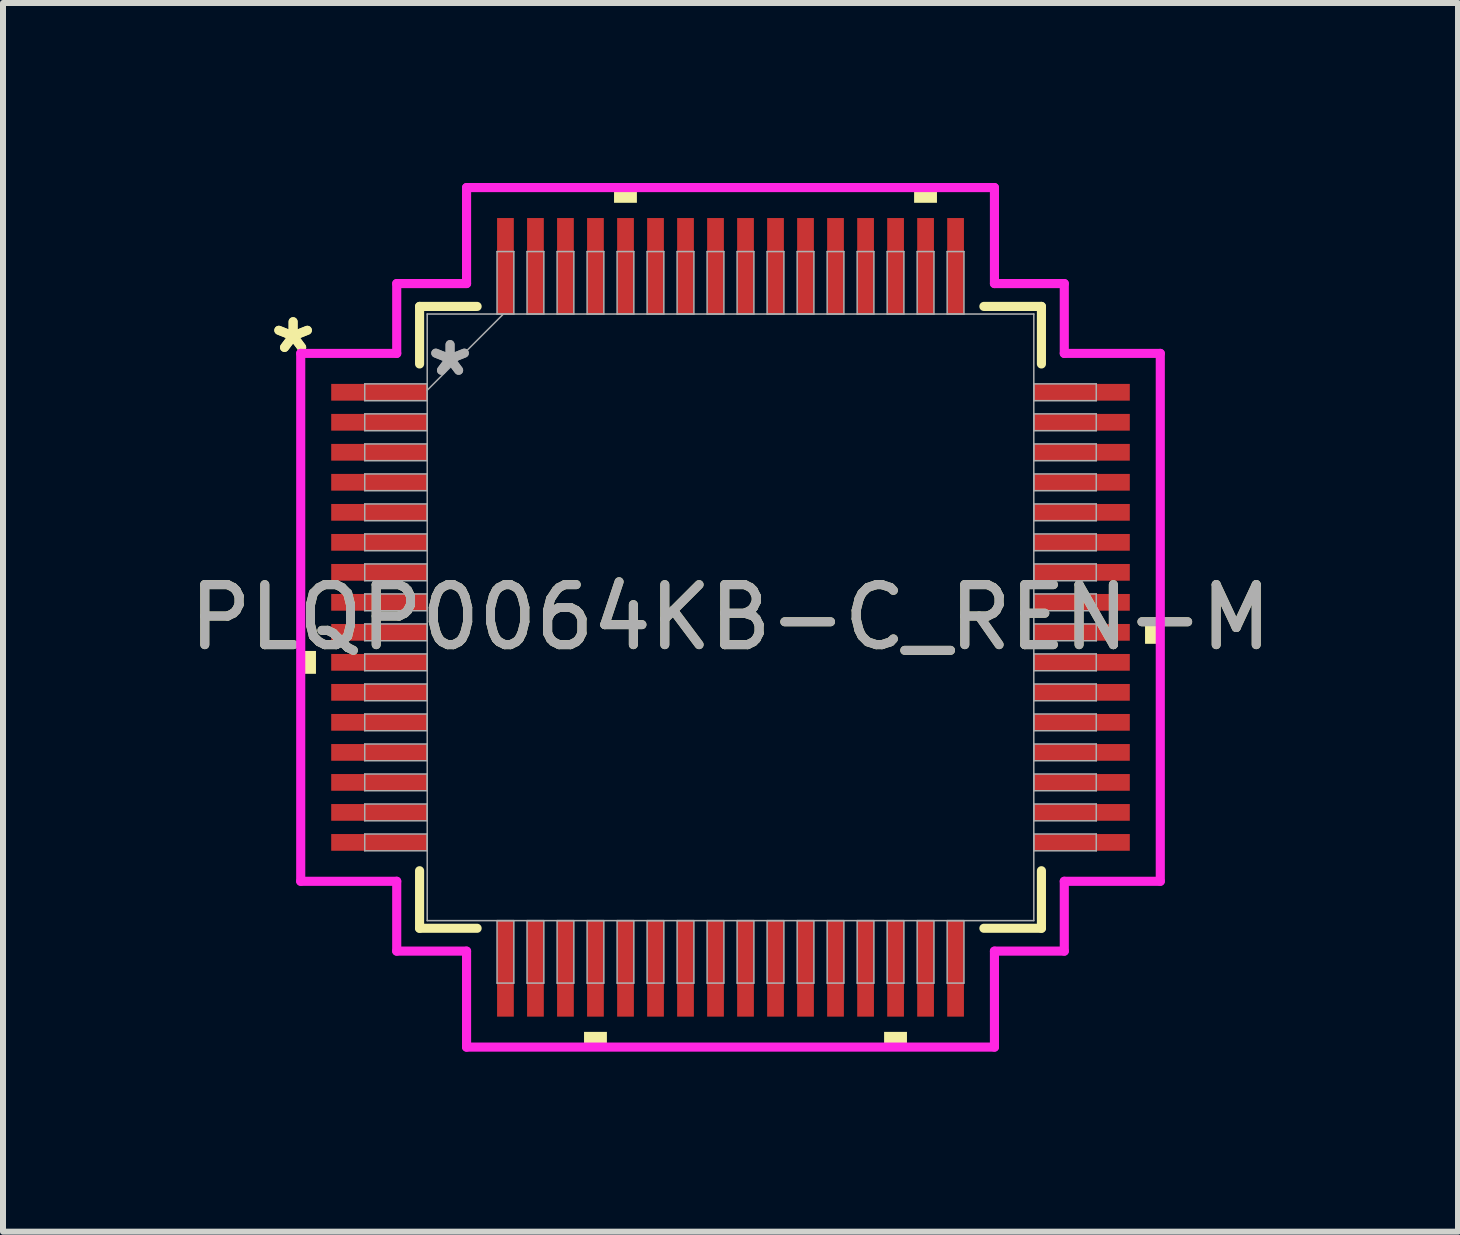
<source format=kicad_pcb>
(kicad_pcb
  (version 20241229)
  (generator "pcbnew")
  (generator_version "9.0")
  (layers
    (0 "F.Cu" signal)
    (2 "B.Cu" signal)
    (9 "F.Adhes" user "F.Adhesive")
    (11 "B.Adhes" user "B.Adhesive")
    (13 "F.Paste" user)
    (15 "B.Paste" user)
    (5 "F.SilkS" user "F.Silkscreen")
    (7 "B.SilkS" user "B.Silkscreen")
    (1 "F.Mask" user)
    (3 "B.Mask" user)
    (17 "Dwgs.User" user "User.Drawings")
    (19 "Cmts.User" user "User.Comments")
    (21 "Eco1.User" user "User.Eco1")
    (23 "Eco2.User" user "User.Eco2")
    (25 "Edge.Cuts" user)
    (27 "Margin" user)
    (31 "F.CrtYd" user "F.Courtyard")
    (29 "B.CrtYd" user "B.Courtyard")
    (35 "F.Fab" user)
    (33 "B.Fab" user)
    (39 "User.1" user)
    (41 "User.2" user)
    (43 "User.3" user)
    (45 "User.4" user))
  (footprint "PLQP0064KB-C_REN-M"
    (layer "F.Cu")
    (at 9.125 7.239)
    (property "Reference" "PLQP0064KB-C_REN-M" (at 0 0 0) (unlocked yes) (layer "F.SilkS") (effects (font (size 1 1) (thickness 0.15))))
    (attr smd)
    (fp_line (start -5.182 -5.182) (end -5.182 -4.223) (stroke (width 0.152) (type solid)) (layer "F.SilkS"))
    (fp_line (start -5.182 4.223) (end -5.182 5.182) (stroke (width 0.152) (type solid)) (layer "F.SilkS"))
    (fp_line (start -5.182 5.182) (end -4.223 5.182) (stroke (width 0.152) (type solid)) (layer "F.SilkS"))
    (fp_line (start -4.223 -5.182) (end -5.182 -5.182) (stroke (width 0.152) (type solid)) (layer "F.SilkS"))
    (fp_line (start 4.223 5.182) (end 5.182 5.182) (stroke (width 0.152) (type solid)) (layer "F.SilkS"))
    (fp_line (start 5.182 -5.182) (end 4.223 -5.182) (stroke (width 0.152) (type solid)) (layer "F.SilkS"))
    (fp_line (start 5.182 -4.223) (end 5.182 -5.182) (stroke (width 0.152) (type solid)) (layer "F.SilkS"))
    (fp_line (start 5.182 5.182) (end 5.182 4.223) (stroke (width 0.152) (type solid)) (layer "F.SilkS"))
    (fp_poly (pts (xy -7.163 0.56) (xy -7.163 0.941) (xy -6.909 0.941) (xy -6.909 0.56)) (stroke (width 0) (type solid)) (fill yes) (layer "F.SilkS"))
    (fp_poly (pts (xy -2.441 6.909) (xy -2.441 7.163) (xy -2.06 7.163) (xy -2.06 6.909)) (stroke (width 0) (type solid)) (fill yes) (layer "F.SilkS"))
    (fp_poly (pts (xy -1.941 -6.909) (xy -1.941 -7.163) (xy -1.56 -7.163) (xy -1.56 -6.909)) (stroke (width 0) (type solid)) (fill yes) (layer "F.SilkS"))
    (fp_poly (pts (xy 2.56 6.909) (xy 2.56 7.163) (xy 2.941 7.163) (xy 2.941 6.909)) (stroke (width 0) (type solid)) (fill yes) (layer "F.SilkS"))
    (fp_poly (pts (xy 3.06 -6.909) (xy 3.06 -7.163) (xy 3.441 -7.163) (xy 3.441 -6.909)) (stroke (width 0) (type solid)) (fill yes) (layer "F.SilkS"))
    (fp_poly (pts (xy 7.163 0.06) (xy 7.163 0.441) (xy 6.909 0.441) (xy 6.909 0.06)) (stroke (width 0) (type solid)) (fill yes) (layer "F.SilkS"))
    (fp_line (start -7.163 -4.399) (end -5.563 -4.399) (stroke (width 0.152) (type solid)) (layer "F.CrtYd"))
    (fp_line (start -7.163 4.399) (end -7.163 -4.399) (stroke (width 0.152) (type solid)) (layer "F.CrtYd"))
    (fp_line (start -5.563 -5.563) (end -4.399 -5.563) (stroke (width 0.152) (type solid)) (layer "F.CrtYd"))
    (fp_line (start -5.563 -4.399) (end -5.563 -5.563) (stroke (width 0.152) (type solid)) (layer "F.CrtYd"))
    (fp_line (start -5.563 4.399) (end -7.163 4.399) (stroke (width 0.152) (type solid)) (layer "F.CrtYd"))
    (fp_line (start -5.563 5.563) (end -5.563 4.399) (stroke (width 0.152) (type solid)) (layer "F.CrtYd"))
    (fp_line (start -5.563 5.563) (end -4.399 5.563) (stroke (width 0.152) (type solid)) (layer "F.CrtYd"))
    (fp_line (start -4.399 -7.163) (end 4.399 -7.163) (stroke (width 0.152) (type solid)) (layer "F.CrtYd"))
    (fp_line (start -4.399 -5.563) (end -4.399 -7.163) (stroke (width 0.152) (type solid)) (layer "F.CrtYd"))
    (fp_line (start -4.399 5.563) (end -4.399 7.163) (stroke (width 0.152) (type solid)) (layer "F.CrtYd"))
    (fp_line (start -4.399 7.163) (end 4.399 7.163) (stroke (width 0.152) (type solid)) (layer "F.CrtYd"))
    (fp_line (start 4.399 -7.163) (end 4.399 -5.563) (stroke (width 0.152) (type solid)) (layer "F.CrtYd"))
    (fp_line (start 4.399 -5.563) (end 5.563 -5.563) (stroke (width 0.152) (type solid)) (layer "F.CrtYd"))
    (fp_line (start 4.399 5.563) (end 5.563 5.563) (stroke (width 0.152) (type solid)) (layer "F.CrtYd"))
    (fp_line (start 4.399 7.163) (end 4.399 5.563) (stroke (width 0.152) (type solid)) (layer "F.CrtYd"))
    (fp_line (start 5.563 -4.399) (end 5.563 -5.563) (stroke (width 0.152) (type solid)) (layer "F.CrtYd"))
    (fp_line (start 5.563 4.399) (end 7.163 4.399) (stroke (width 0.152) (type solid)) (layer "F.CrtYd"))
    (fp_line (start 5.563 5.563) (end 5.563 4.399) (stroke (width 0.152) (type solid)) (layer "F.CrtYd"))
    (fp_line (start 7.163 -4.399) (end 5.563 -4.399) (stroke (width 0.152) (type solid)) (layer "F.CrtYd"))
    (fp_line (start 7.163 4.399) (end 7.163 -4.399) (stroke (width 0.152) (type solid)) (layer "F.CrtYd"))
    (fp_line (start -6.096 -3.891) (end -6.096 -3.611) (stroke (width 0.025) (type solid)) (layer "F.Fab"))
    (fp_line (start -6.096 -3.611) (end -5.055 -3.611) (stroke (width 0.025) (type solid)) (layer "F.Fab"))
    (fp_line (start -6.096 -3.391) (end -6.096 -3.111) (stroke (width 0.025) (type solid)) (layer "F.Fab"))
    (fp_line (start -6.096 -3.111) (end -5.055 -3.111) (stroke (width 0.025) (type solid)) (layer "F.Fab"))
    (fp_line (start -6.096 -2.89) (end -6.096 -2.611) (stroke (width 0.025) (type solid)) (layer "F.Fab"))
    (fp_line (start -6.096 -2.611) (end -5.055 -2.611) (stroke (width 0.025) (type solid)) (layer "F.Fab"))
    (fp_line (start -6.096 -2.39) (end -6.096 -2.111) (stroke (width 0.025) (type solid)) (layer "F.Fab"))
    (fp_line (start -6.096 -2.111) (end -5.055 -2.111) (stroke (width 0.025) (type solid)) (layer "F.Fab"))
    (fp_line (start -6.096 -1.89) (end -6.096 -1.611) (stroke (width 0.025) (type solid)) (layer "F.Fab"))
    (fp_line (start -6.096 -1.611) (end -5.055 -1.611) (stroke (width 0.025) (type solid)) (layer "F.Fab"))
    (fp_line (start -6.096 -1.39) (end -6.096 -1.111) (stroke (width 0.025) (type solid)) (layer "F.Fab"))
    (fp_line (start -6.096 -1.111) (end -5.055 -1.111) (stroke (width 0.025) (type solid)) (layer "F.Fab"))
    (fp_line (start -6.096 -0.89) (end -6.096 -0.61) (stroke (width 0.025) (type solid)) (layer "F.Fab"))
    (fp_line (start -6.096 -0.61) (end -5.055 -0.61) (stroke (width 0.025) (type solid)) (layer "F.Fab"))
    (fp_line (start -6.096 -0.39) (end -6.096 -0.11) (stroke (width 0.025) (type solid)) (layer "F.Fab"))
    (fp_line (start -6.096 -0.11) (end -5.055 -0.11) (stroke (width 0.025) (type solid)) (layer "F.Fab"))
    (fp_line (start -6.096 0.11) (end -6.096 0.39) (stroke (width 0.025) (type solid)) (layer "F.Fab"))
    (fp_line (start -6.096 0.39) (end -5.055 0.39) (stroke (width 0.025) (type solid)) (layer "F.Fab"))
    (fp_line (start -6.096 0.61) (end -6.096 0.89) (stroke (width 0.025) (type solid)) (layer "F.Fab"))
    (fp_line (start -6.096 0.89) (end -5.055 0.89) (stroke (width 0.025) (type solid)) (layer "F.Fab"))
    (fp_line (start -6.096 1.111) (end -6.096 1.39) (stroke (width 0.025) (type solid)) (layer "F.Fab"))
    (fp_line (start -6.096 1.39) (end -5.055 1.39) (stroke (width 0.025) (type solid)) (layer "F.Fab"))
    (fp_line (start -6.096 1.611) (end -6.096 1.89) (stroke (width 0.025) (type solid)) (layer "F.Fab"))
    (fp_line (start -6.096 1.89) (end -5.055 1.89) (stroke (width 0.025) (type solid)) (layer "F.Fab"))
    (fp_line (start -6.096 2.111) (end -6.096 2.39) (stroke (width 0.025) (type solid)) (layer "F.Fab"))
    (fp_line (start -6.096 2.39) (end -5.055 2.39) (stroke (width 0.025) (type solid)) (layer "F.Fab"))
    (fp_line (start -6.096 2.611) (end -6.096 2.89) (stroke (width 0.025) (type solid)) (layer "F.Fab"))
    (fp_line (start -6.096 2.89) (end -5.055 2.89) (stroke (width 0.025) (type solid)) (layer "F.Fab"))
    (fp_line (start -6.096 3.111) (end -6.096 3.391) (stroke (width 0.025) (type solid)) (layer "F.Fab"))
    (fp_line (start -6.096 3.391) (end -5.055 3.391) (stroke (width 0.025) (type solid)) (layer "F.Fab"))
    (fp_line (start -6.096 3.611) (end -6.096 3.891) (stroke (width 0.025) (type solid)) (layer "F.Fab"))
    (fp_line (start -6.096 3.891) (end -5.055 3.891) (stroke (width 0.025) (type solid)) (layer "F.Fab"))
    (fp_line (start -5.055 -5.055) (end -5.055 5.055) (stroke (width 0.025) (type solid)) (layer "F.Fab"))
    (fp_line (start -5.055 -3.891) (end -6.096 -3.891) (stroke (width 0.025) (type solid)) (layer "F.Fab"))
    (fp_line (start -5.055 -3.785) (end -3.785 -5.055) (stroke (width 0.025) (type solid)) (layer "F.Fab"))
    (fp_line (start -5.055 -3.611) (end -5.055 -3.891) (stroke (width 0.025) (type solid)) (layer "F.Fab"))
    (fp_line (start -5.055 -3.391) (end -6.096 -3.391) (stroke (width 0.025) (type solid)) (layer "F.Fab"))
    (fp_line (start -5.055 -3.111) (end -5.055 -3.391) (stroke (width 0.025) (type solid)) (layer "F.Fab"))
    (fp_line (start -5.055 -2.89) (end -6.096 -2.89) (stroke (width 0.025) (type solid)) (layer "F.Fab"))
    (fp_line (start -5.055 -2.611) (end -5.055 -2.89) (stroke (width 0.025) (type solid)) (layer "F.Fab"))
    (fp_line (start -5.055 -2.39) (end -6.096 -2.39) (stroke (width 0.025) (type solid)) (layer "F.Fab"))
    (fp_line (start -5.055 -2.111) (end -5.055 -2.39) (stroke (width 0.025) (type solid)) (layer "F.Fab"))
    (fp_line (start -5.055 -1.89) (end -6.096 -1.89) (stroke (width 0.025) (type solid)) (layer "F.Fab"))
    (fp_line (start -5.055 -1.611) (end -5.055 -1.89) (stroke (width 0.025) (type solid)) (layer "F.Fab"))
    (fp_line (start -5.055 -1.39) (end -6.096 -1.39) (stroke (width 0.025) (type solid)) (layer "F.Fab"))
    (fp_line (start -5.055 -1.111) (end -5.055 -1.39) (stroke (width 0.025) (type solid)) (layer "F.Fab"))
    (fp_line (start -5.055 -0.89) (end -6.096 -0.89) (stroke (width 0.025) (type solid)) (layer "F.Fab"))
    (fp_line (start -5.055 -0.61) (end -5.055 -0.89) (stroke (width 0.025) (type solid)) (layer "F.Fab"))
    (fp_line (start -5.055 -0.39) (end -6.096 -0.39) (stroke (width 0.025) (type solid)) (layer "F.Fab"))
    (fp_line (start -5.055 -0.11) (end -5.055 -0.39) (stroke (width 0.025) (type solid)) (layer "F.Fab"))
    (fp_line (start -5.055 0.11) (end -6.096 0.11) (stroke (width 0.025) (type solid)) (layer "F.Fab"))
    (fp_line (start -5.055 0.39) (end -5.055 0.11) (stroke (width 0.025) (type solid)) (layer "F.Fab"))
    (fp_line (start -5.055 0.61) (end -6.096 0.61) (stroke (width 0.025) (type solid)) (layer "F.Fab"))
    (fp_line (start -5.055 0.89) (end -5.055 0.61) (stroke (width 0.025) (type solid)) (layer "F.Fab"))
    (fp_line (start -5.055 1.111) (end -6.096 1.111) (stroke (width 0.025) (type solid)) (layer "F.Fab"))
    (fp_line (start -5.055 1.39) (end -5.055 1.111) (stroke (width 0.025) (type solid)) (layer "F.Fab"))
    (fp_line (start -5.055 1.611) (end -6.096 1.611) (stroke (width 0.025) (type solid)) (layer "F.Fab"))
    (fp_line (start -5.055 1.89) (end -5.055 1.611) (stroke (width 0.025) (type solid)) (layer "F.Fab"))
    (fp_line (start -5.055 2.111) (end -6.096 2.111) (stroke (width 0.025) (type solid)) (layer "F.Fab"))
    (fp_line (start -5.055 2.39) (end -5.055 2.111) (stroke (width 0.025) (type solid)) (layer "F.Fab"))
    (fp_line (start -5.055 2.611) (end -6.096 2.611) (stroke (width 0.025) (type solid)) (layer "F.Fab"))
    (fp_line (start -5.055 2.89) (end -5.055 2.611) (stroke (width 0.025) (type solid)) (layer "F.Fab"))
    (fp_line (start -5.055 3.111) (end -6.096 3.111) (stroke (width 0.025) (type solid)) (layer "F.Fab"))
    (fp_line (start -5.055 3.391) (end -5.055 3.111) (stroke (width 0.025) (type solid)) (layer "F.Fab"))
    (fp_line (start -5.055 3.611) (end -6.096 3.611) (stroke (width 0.025) (type solid)) (layer "F.Fab"))
    (fp_line (start -5.055 3.891) (end -5.055 3.611) (stroke (width 0.025) (type solid)) (layer "F.Fab"))
    (fp_line (start -5.055 5.055) (end 5.055 5.055) (stroke (width 0.025) (type solid)) (layer "F.Fab"))
    (fp_line (start -3.891 -6.096) (end -3.891 -5.055) (stroke (width 0.025) (type solid)) (layer "F.Fab"))
    (fp_line (start -3.891 -5.055) (end -3.611 -5.055) (stroke (width 0.025) (type solid)) (layer "F.Fab"))
    (fp_line (start -3.891 5.055) (end -3.891 6.096) (stroke (width 0.025) (type solid)) (layer "F.Fab"))
    (fp_line (start -3.891 6.096) (end -3.611 6.096) (stroke (width 0.025) (type solid)) (layer "F.Fab"))
    (fp_line (start -3.611 -6.096) (end -3.891 -6.096) (stroke (width 0.025) (type solid)) (layer "F.Fab"))
    (fp_line (start -3.611 -5.055) (end -3.611 -6.096) (stroke (width 0.025) (type solid)) (layer "F.Fab"))
    (fp_line (start -3.611 5.055) (end -3.891 5.055) (stroke (width 0.025) (type solid)) (layer "F.Fab"))
    (fp_line (start -3.611 6.096) (end -3.611 5.055) (stroke (width 0.025) (type solid)) (layer "F.Fab"))
    (fp_line (start -3.391 -6.096) (end -3.391 -5.055) (stroke (width 0.025) (type solid)) (layer "F.Fab"))
    (fp_line (start -3.391 -5.055) (end -3.111 -5.055) (stroke (width 0.025) (type solid)) (layer "F.Fab"))
    (fp_line (start -3.391 5.055) (end -3.391 6.096) (stroke (width 0.025) (type solid)) (layer "F.Fab"))
    (fp_line (start -3.391 6.096) (end -3.111 6.096) (stroke (width 0.025) (type solid)) (layer "F.Fab"))
    (fp_line (start -3.111 -6.096) (end -3.391 -6.096) (stroke (width 0.025) (type solid)) (layer "F.Fab"))
    (fp_line (start -3.111 -5.055) (end -3.111 -6.096) (stroke (width 0.025) (type solid)) (layer "F.Fab"))
    (fp_line (start -3.111 5.055) (end -3.391 5.055) (stroke (width 0.025) (type solid)) (layer "F.Fab"))
    (fp_line (start -3.111 6.096) (end -3.111 5.055) (stroke (width 0.025) (type solid)) (layer "F.Fab"))
    (fp_line (start -2.89 -6.096) (end -2.89 -5.055) (stroke (width 0.025) (type solid)) (layer "F.Fab"))
    (fp_line (start -2.89 -5.055) (end -2.611 -5.055) (stroke (width 0.025) (type solid)) (layer "F.Fab"))
    (fp_line (start -2.89 5.055) (end -2.89 6.096) (stroke (width 0.025) (type solid)) (layer "F.Fab"))
    (fp_line (start -2.89 6.096) (end -2.611 6.096) (stroke (width 0.025) (type solid)) (layer "F.Fab"))
    (fp_line (start -2.611 -6.096) (end -2.89 -6.096) (stroke (width 0.025) (type solid)) (layer "F.Fab"))
    (fp_line (start -2.611 -5.055) (end -2.611 -6.096) (stroke (width 0.025) (type solid)) (layer "F.Fab"))
    (fp_line (start -2.611 5.055) (end -2.89 5.055) (stroke (width 0.025) (type solid)) (layer "F.Fab"))
    (fp_line (start -2.611 6.096) (end -2.611 5.055) (stroke (width 0.025) (type solid)) (layer "F.Fab"))
    (fp_line (start -2.39 -6.096) (end -2.39 -5.055) (stroke (width 0.025) (type solid)) (layer "F.Fab"))
    (fp_line (start -2.39 -5.055) (end -2.111 -5.055) (stroke (width 0.025) (type solid)) (layer "F.Fab"))
    (fp_line (start -2.39 5.055) (end -2.39 6.096) (stroke (width 0.025) (type solid)) (layer "F.Fab"))
    (fp_line (start -2.39 6.096) (end -2.111 6.096) (stroke (width 0.025) (type solid)) (layer "F.Fab"))
    (fp_line (start -2.111 -6.096) (end -2.39 -6.096) (stroke (width 0.025) (type solid)) (layer "F.Fab"))
    (fp_line (start -2.111 -5.055) (end -2.111 -6.096) (stroke (width 0.025) (type solid)) (layer "F.Fab"))
    (fp_line (start -2.111 5.055) (end -2.39 5.055) (stroke (width 0.025) (type solid)) (layer "F.Fab"))
    (fp_line (start -2.111 6.096) (end -2.111 5.055) (stroke (width 0.025) (type solid)) (layer "F.Fab"))
    (fp_line (start -1.89 -6.096) (end -1.89 -5.055) (stroke (width 0.025) (type solid)) (layer "F.Fab"))
    (fp_line (start -1.89 -5.055) (end -1.611 -5.055) (stroke (width 0.025) (type solid)) (layer "F.Fab"))
    (fp_line (start -1.89 5.055) (end -1.89 6.096) (stroke (width 0.025) (type solid)) (layer "F.Fab"))
    (fp_line (start -1.89 6.096) (end -1.611 6.096) (stroke (width 0.025) (type solid)) (layer "F.Fab"))
    (fp_line (start -1.611 -6.096) (end -1.89 -6.096) (stroke (width 0.025) (type solid)) (layer "F.Fab"))
    (fp_line (start -1.611 -5.055) (end -1.611 -6.096) (stroke (width 0.025) (type solid)) (layer "F.Fab"))
    (fp_line (start -1.611 5.055) (end -1.89 5.055) (stroke (width 0.025) (type solid)) (layer "F.Fab"))
    (fp_line (start -1.611 6.096) (end -1.611 5.055) (stroke (width 0.025) (type solid)) (layer "F.Fab"))
    (fp_line (start -1.39 -6.096) (end -1.39 -5.055) (stroke (width 0.025) (type solid)) (layer "F.Fab"))
    (fp_line (start -1.39 -5.055) (end -1.111 -5.055) (stroke (width 0.025) (type solid)) (layer "F.Fab"))
    (fp_line (start -1.39 5.055) (end -1.39 6.096) (stroke (width 0.025) (type solid)) (layer "F.Fab"))
    (fp_line (start -1.39 6.096) (end -1.111 6.096) (stroke (width 0.025) (type solid)) (layer "F.Fab"))
    (fp_line (start -1.111 -6.096) (end -1.39 -6.096) (stroke (width 0.025) (type solid)) (layer "F.Fab"))
    (fp_line (start -1.111 -5.055) (end -1.111 -6.096) (stroke (width 0.025) (type solid)) (layer "F.Fab"))
    (fp_line (start -1.111 5.055) (end -1.39 5.055) (stroke (width 0.025) (type solid)) (layer "F.Fab"))
    (fp_line (start -1.111 6.096) (end -1.111 5.055) (stroke (width 0.025) (type solid)) (layer "F.Fab"))
    (fp_line (start -0.89 -6.096) (end -0.89 -5.055) (stroke (width 0.025) (type solid)) (layer "F.Fab"))
    (fp_line (start -0.89 -5.055) (end -0.61 -5.055) (stroke (width 0.025) (type solid)) (layer "F.Fab"))
    (fp_line (start -0.89 5.055) (end -0.89 6.096) (stroke (width 0.025) (type solid)) (layer "F.Fab"))
    (fp_line (start -0.89 6.096) (end -0.61 6.096) (stroke (width 0.025) (type solid)) (layer "F.Fab"))
    (fp_line (start -0.61 -6.096) (end -0.89 -6.096) (stroke (width 0.025) (type solid)) (layer "F.Fab"))
    (fp_line (start -0.61 -5.055) (end -0.61 -6.096) (stroke (width 0.025) (type solid)) (layer "F.Fab"))
    (fp_line (start -0.61 5.055) (end -0.89 5.055) (stroke (width 0.025) (type solid)) (layer "F.Fab"))
    (fp_line (start -0.61 6.096) (end -0.61 5.055) (stroke (width 0.025) (type solid)) (layer "F.Fab"))
    (fp_line (start -0.39 -6.096) (end -0.39 -5.055) (stroke (width 0.025) (type solid)) (layer "F.Fab"))
    (fp_line (start -0.39 -5.055) (end -0.11 -5.055) (stroke (width 0.025) (type solid)) (layer "F.Fab"))
    (fp_line (start -0.39 5.055) (end -0.39 6.096) (stroke (width 0.025) (type solid)) (layer "F.Fab"))
    (fp_line (start -0.39 6.096) (end -0.11 6.096) (stroke (width 0.025) (type solid)) (layer "F.Fab"))
    (fp_line (start -0.11 -6.096) (end -0.39 -6.096) (stroke (width 0.025) (type solid)) (layer "F.Fab"))
    (fp_line (start -0.11 -5.055) (end -0.11 -6.096) (stroke (width 0.025) (type solid)) (layer "F.Fab"))
    (fp_line (start -0.11 5.055) (end -0.39 5.055) (stroke (width 0.025) (type solid)) (layer "F.Fab"))
    (fp_line (start -0.11 6.096) (end -0.11 5.055) (stroke (width 0.025) (type solid)) (layer "F.Fab"))
    (fp_line (start 0.11 -6.096) (end 0.11 -5.055) (stroke (width 0.025) (type solid)) (layer "F.Fab"))
    (fp_line (start 0.11 -5.055) (end 0.39 -5.055) (stroke (width 0.025) (type solid)) (layer "F.Fab"))
    (fp_line (start 0.11 5.055) (end 0.11 6.096) (stroke (width 0.025) (type solid)) (layer "F.Fab"))
    (fp_line (start 0.11 6.096) (end 0.39 6.096) (stroke (width 0.025) (type solid)) (layer "F.Fab"))
    (fp_line (start 0.39 -6.096) (end 0.11 -6.096) (stroke (width 0.025) (type solid)) (layer "F.Fab"))
    (fp_line (start 0.39 -5.055) (end 0.39 -6.096) (stroke (width 0.025) (type solid)) (layer "F.Fab"))
    (fp_line (start 0.39 5.055) (end 0.11 5.055) (stroke (width 0.025) (type solid)) (layer "F.Fab"))
    (fp_line (start 0.39 6.096) (end 0.39 5.055) (stroke (width 0.025) (type solid)) (layer "F.Fab"))
    (fp_line (start 0.61 -6.096) (end 0.61 -5.055) (stroke (width 0.025) (type solid)) (layer "F.Fab"))
    (fp_line (start 0.61 -5.055) (end 0.89 -5.055) (stroke (width 0.025) (type solid)) (layer "F.Fab"))
    (fp_line (start 0.61 5.055) (end 0.61 6.096) (stroke (width 0.025) (type solid)) (layer "F.Fab"))
    (fp_line (start 0.61 6.096) (end 0.89 6.096) (stroke (width 0.025) (type solid)) (layer "F.Fab"))
    (fp_line (start 0.89 -6.096) (end 0.61 -6.096) (stroke (width 0.025) (type solid)) (layer "F.Fab"))
    (fp_line (start 0.89 -5.055) (end 0.89 -6.096) (stroke (width 0.025) (type solid)) (layer "F.Fab"))
    (fp_line (start 0.89 5.055) (end 0.61 5.055) (stroke (width 0.025) (type solid)) (layer "F.Fab"))
    (fp_line (start 0.89 6.096) (end 0.89 5.055) (stroke (width 0.025) (type solid)) (layer "F.Fab"))
    (fp_line (start 1.111 -6.096) (end 1.111 -5.055) (stroke (width 0.025) (type solid)) (layer "F.Fab"))
    (fp_line (start 1.111 -5.055) (end 1.39 -5.055) (stroke (width 0.025) (type solid)) (layer "F.Fab"))
    (fp_line (start 1.111 5.055) (end 1.111 6.096) (stroke (width 0.025) (type solid)) (layer "F.Fab"))
    (fp_line (start 1.111 6.096) (end 1.39 6.096) (stroke (width 0.025) (type solid)) (layer "F.Fab"))
    (fp_line (start 1.39 -6.096) (end 1.111 -6.096) (stroke (width 0.025) (type solid)) (layer "F.Fab"))
    (fp_line (start 1.39 -5.055) (end 1.39 -6.096) (stroke (width 0.025) (type solid)) (layer "F.Fab"))
    (fp_line (start 1.39 5.055) (end 1.111 5.055) (stroke (width 0.025) (type solid)) (layer "F.Fab"))
    (fp_line (start 1.39 6.096) (end 1.39 5.055) (stroke (width 0.025) (type solid)) (layer "F.Fab"))
    (fp_line (start 1.611 -6.096) (end 1.611 -5.055) (stroke (width 0.025) (type solid)) (layer "F.Fab"))
    (fp_line (start 1.611 -5.055) (end 1.89 -5.055) (stroke (width 0.025) (type solid)) (layer "F.Fab"))
    (fp_line (start 1.611 5.055) (end 1.611 6.096) (stroke (width 0.025) (type solid)) (layer "F.Fab"))
    (fp_line (start 1.611 6.096) (end 1.89 6.096) (stroke (width 0.025) (type solid)) (layer "F.Fab"))
    (fp_line (start 1.89 -6.096) (end 1.611 -6.096) (stroke (width 0.025) (type solid)) (layer "F.Fab"))
    (fp_line (start 1.89 -5.055) (end 1.89 -6.096) (stroke (width 0.025) (type solid)) (layer "F.Fab"))
    (fp_line (start 1.89 5.055) (end 1.611 5.055) (stroke (width 0.025) (type solid)) (layer "F.Fab"))
    (fp_line (start 1.89 6.096) (end 1.89 5.055) (stroke (width 0.025) (type solid)) (layer "F.Fab"))
    (fp_line (start 2.111 -6.096) (end 2.111 -5.055) (stroke (width 0.025) (type solid)) (layer "F.Fab"))
    (fp_line (start 2.111 -5.055) (end 2.39 -5.055) (stroke (width 0.025) (type solid)) (layer "F.Fab"))
    (fp_line (start 2.111 5.055) (end 2.111 6.096) (stroke (width 0.025) (type solid)) (layer "F.Fab"))
    (fp_line (start 2.111 6.096) (end 2.39 6.096) (stroke (width 0.025) (type solid)) (layer "F.Fab"))
    (fp_line (start 2.39 -6.096) (end 2.111 -6.096) (stroke (width 0.025) (type solid)) (layer "F.Fab"))
    (fp_line (start 2.39 -5.055) (end 2.39 -6.096) (stroke (width 0.025) (type solid)) (layer "F.Fab"))
    (fp_line (start 2.39 5.055) (end 2.111 5.055) (stroke (width 0.025) (type solid)) (layer "F.Fab"))
    (fp_line (start 2.39 6.096) (end 2.39 5.055) (stroke (width 0.025) (type solid)) (layer "F.Fab"))
    (fp_line (start 2.611 -6.096) (end 2.611 -5.055) (stroke (width 0.025) (type solid)) (layer "F.Fab"))
    (fp_line (start 2.611 -5.055) (end 2.89 -5.055) (stroke (width 0.025) (type solid)) (layer "F.Fab"))
    (fp_line (start 2.611 5.055) (end 2.611 6.096) (stroke (width 0.025) (type solid)) (layer "F.Fab"))
    (fp_line (start 2.611 6.096) (end 2.89 6.096) (stroke (width 0.025) (type solid)) (layer "F.Fab"))
    (fp_line (start 2.89 -6.096) (end 2.611 -6.096) (stroke (width 0.025) (type solid)) (layer "F.Fab"))
    (fp_line (start 2.89 -5.055) (end 2.89 -6.096) (stroke (width 0.025) (type solid)) (layer "F.Fab"))
    (fp_line (start 2.89 5.055) (end 2.611 5.055) (stroke (width 0.025) (type solid)) (layer "F.Fab"))
    (fp_line (start 2.89 6.096) (end 2.89 5.055) (stroke (width 0.025) (type solid)) (layer "F.Fab"))
    (fp_line (start 3.111 -6.096) (end 3.111 -5.055) (stroke (width 0.025) (type solid)) (layer "F.Fab"))
    (fp_line (start 3.111 -5.055) (end 3.391 -5.055) (stroke (width 0.025) (type solid)) (layer "F.Fab"))
    (fp_line (start 3.111 5.055) (end 3.111 6.096) (stroke (width 0.025) (type solid)) (layer "F.Fab"))
    (fp_line (start 3.111 6.096) (end 3.391 6.096) (stroke (width 0.025) (type solid)) (layer "F.Fab"))
    (fp_line (start 3.391 -6.096) (end 3.111 -6.096) (stroke (width 0.025) (type solid)) (layer "F.Fab"))
    (fp_line (start 3.391 -5.055) (end 3.391 -6.096) (stroke (width 0.025) (type solid)) (layer "F.Fab"))
    (fp_line (start 3.391 5.055) (end 3.111 5.055) (stroke (width 0.025) (type solid)) (layer "F.Fab"))
    (fp_line (start 3.391 6.096) (end 3.391 5.055) (stroke (width 0.025) (type solid)) (layer "F.Fab"))
    (fp_line (start 3.611 -6.096) (end 3.611 -5.055) (stroke (width 0.025) (type solid)) (layer "F.Fab"))
    (fp_line (start 3.611 -5.055) (end 3.891 -5.055) (stroke (width 0.025) (type solid)) (layer "F.Fab"))
    (fp_line (start 3.611 5.055) (end 3.611 6.096) (stroke (width 0.025) (type solid)) (layer "F.Fab"))
    (fp_line (start 3.611 6.096) (end 3.891 6.096) (stroke (width 0.025) (type solid)) (layer "F.Fab"))
    (fp_line (start 3.891 -6.096) (end 3.611 -6.096) (stroke (width 0.025) (type solid)) (layer "F.Fab"))
    (fp_line (start 3.891 -5.055) (end 3.891 -6.096) (stroke (width 0.025) (type solid)) (layer "F.Fab"))
    (fp_line (start 3.891 5.055) (end 3.611 5.055) (stroke (width 0.025) (type solid)) (layer "F.Fab"))
    (fp_line (start 3.891 6.096) (end 3.891 5.055) (stroke (width 0.025) (type solid)) (layer "F.Fab"))
    (fp_line (start 5.055 -5.055) (end -5.055 -5.055) (stroke (width 0.025) (type solid)) (layer "F.Fab"))
    (fp_line (start 5.055 -3.891) (end 5.055 -3.611) (stroke (width 0.025) (type solid)) (layer "F.Fab"))
    (fp_line (start 5.055 -3.611) (end 6.096 -3.611) (stroke (width 0.025) (type solid)) (layer "F.Fab"))
    (fp_line (start 5.055 -3.391) (end 5.055 -3.111) (stroke (width 0.025) (type solid)) (layer "F.Fab"))
    (fp_line (start 5.055 -3.111) (end 6.096 -3.111) (stroke (width 0.025) (type solid)) (layer "F.Fab"))
    (fp_line (start 5.055 -2.89) (end 5.055 -2.611) (stroke (width 0.025) (type solid)) (layer "F.Fab"))
    (fp_line (start 5.055 -2.611) (end 6.096 -2.611) (stroke (width 0.025) (type solid)) (layer "F.Fab"))
    (fp_line (start 5.055 -2.39) (end 5.055 -2.111) (stroke (width 0.025) (type solid)) (layer "F.Fab"))
    (fp_line (start 5.055 -2.111) (end 6.096 -2.111) (stroke (width 0.025) (type solid)) (layer "F.Fab"))
    (fp_line (start 5.055 -1.89) (end 5.055 -1.611) (stroke (width 0.025) (type solid)) (layer "F.Fab"))
    (fp_line (start 5.055 -1.611) (end 6.096 -1.611) (stroke (width 0.025) (type solid)) (layer "F.Fab"))
    (fp_line (start 5.055 -1.39) (end 5.055 -1.111) (stroke (width 0.025) (type solid)) (layer "F.Fab"))
    (fp_line (start 5.055 -1.111) (end 6.096 -1.111) (stroke (width 0.025) (type solid)) (layer "F.Fab"))
    (fp_line (start 5.055 -0.89) (end 5.055 -0.61) (stroke (width 0.025) (type solid)) (layer "F.Fab"))
    (fp_line (start 5.055 -0.61) (end 6.096 -0.61) (stroke (width 0.025) (type solid)) (layer "F.Fab"))
    (fp_line (start 5.055 -0.39) (end 5.055 -0.11) (stroke (width 0.025) (type solid)) (layer "F.Fab"))
    (fp_line (start 5.055 -0.11) (end 6.096 -0.11) (stroke (width 0.025) (type solid)) (layer "F.Fab"))
    (fp_line (start 5.055 0.11) (end 5.055 0.39) (stroke (width 0.025) (type solid)) (layer "F.Fab"))
    (fp_line (start 5.055 0.39) (end 6.096 0.39) (stroke (width 0.025) (type solid)) (layer "F.Fab"))
    (fp_line (start 5.055 0.61) (end 5.055 0.89) (stroke (width 0.025) (type solid)) (layer "F.Fab"))
    (fp_line (start 5.055 0.89) (end 6.096 0.89) (stroke (width 0.025) (type solid)) (layer "F.Fab"))
    (fp_line (start 5.055 1.111) (end 5.055 1.39) (stroke (width 0.025) (type solid)) (layer "F.Fab"))
    (fp_line (start 5.055 1.39) (end 6.096 1.39) (stroke (width 0.025) (type solid)) (layer "F.Fab"))
    (fp_line (start 5.055 1.611) (end 5.055 1.89) (stroke (width 0.025) (type solid)) (layer "F.Fab"))
    (fp_line (start 5.055 1.89) (end 6.096 1.89) (stroke (width 0.025) (type solid)) (layer "F.Fab"))
    (fp_line (start 5.055 2.111) (end 5.055 2.39) (stroke (width 0.025) (type solid)) (layer "F.Fab"))
    (fp_line (start 5.055 2.39) (end 6.096 2.39) (stroke (width 0.025) (type solid)) (layer "F.Fab"))
    (fp_line (start 5.055 2.611) (end 5.055 2.89) (stroke (width 0.025) (type solid)) (layer "F.Fab"))
    (fp_line (start 5.055 2.89) (end 6.096 2.89) (stroke (width 0.025) (type solid)) (layer "F.Fab"))
    (fp_line (start 5.055 3.111) (end 5.055 3.391) (stroke (width 0.025) (type solid)) (layer "F.Fab"))
    (fp_line (start 5.055 3.391) (end 6.096 3.391) (stroke (width 0.025) (type solid)) (layer "F.Fab"))
    (fp_line (start 5.055 3.611) (end 5.055 3.891) (stroke (width 0.025) (type solid)) (layer "F.Fab"))
    (fp_line (start 5.055 3.891) (end 6.096 3.891) (stroke (width 0.025) (type solid)) (layer "F.Fab"))
    (fp_line (start 5.055 5.055) (end 5.055 -5.055) (stroke (width 0.025) (type solid)) (layer "F.Fab"))
    (fp_line (start 6.096 -3.891) (end 5.055 -3.891) (stroke (width 0.025) (type solid)) (layer "F.Fab"))
    (fp_line (start 6.096 -3.611) (end 6.096 -3.891) (stroke (width 0.025) (type solid)) (layer "F.Fab"))
    (fp_line (start 6.096 -3.391) (end 5.055 -3.391) (stroke (width 0.025) (type solid)) (layer "F.Fab"))
    (fp_line (start 6.096 -3.111) (end 6.096 -3.391) (stroke (width 0.025) (type solid)) (layer "F.Fab"))
    (fp_line (start 6.096 -2.89) (end 5.055 -2.89) (stroke (width 0.025) (type solid)) (layer "F.Fab"))
    (fp_line (start 6.096 -2.611) (end 6.096 -2.89) (stroke (width 0.025) (type solid)) (layer "F.Fab"))
    (fp_line (start 6.096 -2.39) (end 5.055 -2.39) (stroke (width 0.025) (type solid)) (layer "F.Fab"))
    (fp_line (start 6.096 -2.111) (end 6.096 -2.39) (stroke (width 0.025) (type solid)) (layer "F.Fab"))
    (fp_line (start 6.096 -1.89) (end 5.055 -1.89) (stroke (width 0.025) (type solid)) (layer "F.Fab"))
    (fp_line (start 6.096 -1.611) (end 6.096 -1.89) (stroke (width 0.025) (type solid)) (layer "F.Fab"))
    (fp_line (start 6.096 -1.39) (end 5.055 -1.39) (stroke (width 0.025) (type solid)) (layer "F.Fab"))
    (fp_line (start 6.096 -1.111) (end 6.096 -1.39) (stroke (width 0.025) (type solid)) (layer "F.Fab"))
    (fp_line (start 6.096 -0.89) (end 5.055 -0.89) (stroke (width 0.025) (type solid)) (layer "F.Fab"))
    (fp_line (start 6.096 -0.61) (end 6.096 -0.89) (stroke (width 0.025) (type solid)) (layer "F.Fab"))
    (fp_line (start 6.096 -0.39) (end 5.055 -0.39) (stroke (width 0.025) (type solid)) (layer "F.Fab"))
    (fp_line (start 6.096 -0.11) (end 6.096 -0.39) (stroke (width 0.025) (type solid)) (layer "F.Fab"))
    (fp_line (start 6.096 0.11) (end 5.055 0.11) (stroke (width 0.025) (type solid)) (layer "F.Fab"))
    (fp_line (start 6.096 0.39) (end 6.096 0.11) (stroke (width 0.025) (type solid)) (layer "F.Fab"))
    (fp_line (start 6.096 0.61) (end 5.055 0.61) (stroke (width 0.025) (type solid)) (layer "F.Fab"))
    (fp_line (start 6.096 0.89) (end 6.096 0.61) (stroke (width 0.025) (type solid)) (layer "F.Fab"))
    (fp_line (start 6.096 1.111) (end 5.055 1.111) (stroke (width 0.025) (type solid)) (layer "F.Fab"))
    (fp_line (start 6.096 1.39) (end 6.096 1.111) (stroke (width 0.025) (type solid)) (layer "F.Fab"))
    (fp_line (start 6.096 1.611) (end 5.055 1.611) (stroke (width 0.025) (type solid)) (layer "F.Fab"))
    (fp_line (start 6.096 1.89) (end 6.096 1.611) (stroke (width 0.025) (type solid)) (layer "F.Fab"))
    (fp_line (start 6.096 2.111) (end 5.055 2.111) (stroke (width 0.025) (type solid)) (layer "F.Fab"))
    (fp_line (start 6.096 2.39) (end 6.096 2.111) (stroke (width 0.025) (type solid)) (layer "F.Fab"))
    (fp_line (start 6.096 2.611) (end 5.055 2.611) (stroke (width 0.025) (type solid)) (layer "F.Fab"))
    (fp_line (start 6.096 2.89) (end 6.096 2.611) (stroke (width 0.025) (type solid)) (layer "F.Fab"))
    (fp_line (start 6.096 3.111) (end 5.055 3.111) (stroke (width 0.025) (type solid)) (layer "F.Fab"))
    (fp_line (start 6.096 3.391) (end 6.096 3.111) (stroke (width 0.025) (type solid)) (layer "F.Fab"))
    (fp_line (start 6.096 3.611) (end 5.055 3.611) (stroke (width 0.025) (type solid)) (layer "F.Fab"))
    (fp_line (start 6.096 3.891) (end 6.096 3.611) (stroke (width 0.025) (type solid)) (layer "F.Fab"))
    (fp_text user "*" (at -7.29 -4.382 0) (layer "F.SilkS") (effects (font (size 1 1) (thickness 0.15))))
    (fp_text user "*" (at -7.29 -4.382 0) (unlocked yes) (layer "F.SilkS") (effects (font (size 1 1) (thickness 0.15))))
    (fp_text user "*" (at -4.674 -4.001 0) (unlocked yes) (layer "F.Fab") (effects (font (size 1 1) (thickness 0.15))))
    (fp_text user "${REFERENCE}" (at 0 0 0) (unlocked yes) (layer "F.Fab") (effects (font (size 1 1) (thickness 0.15))))
    (fp_text user "*" (at -4.674 -4.001 0) (layer "F.Fab") (effects (font (size 1 1) (thickness 0.15))))
    (pad "1" smd rect (at -5.855 -3.751 90) (size 0.279 1.6) (layers "F.Cu" "F.Mask" "F.Paste"))
    (pad "2" smd rect (at -5.855 -3.251 90) (size 0.279 1.6) (layers "F.Cu" "F.Mask" "F.Paste"))
    (pad "3" smd rect (at -5.855 -2.751 90) (size 0.279 1.6) (layers "F.Cu" "F.Mask" "F.Paste"))
    (pad "4" smd rect (at -5.855 -2.251 90) (size 0.279 1.6) (layers "F.Cu" "F.Mask" "F.Paste"))
    (pad "5" smd rect (at -5.855 -1.75 90) (size 0.279 1.6) (layers "F.Cu" "F.Mask" "F.Paste"))
    (pad "6" smd rect (at -5.855 -1.25 90) (size 0.279 1.6) (layers "F.Cu" "F.Mask" "F.Paste"))
    (pad "7" smd rect (at -5.855 -0.75 90) (size 0.279 1.6) (layers "F.Cu" "F.Mask" "F.Paste"))
    (pad "8" smd rect (at -5.855 -0.25 90) (size 0.279 1.6) (layers "F.Cu" "F.Mask" "F.Paste"))
    (pad "9" smd rect (at -5.855 0.25 90) (size 0.279 1.6) (layers "F.Cu" "F.Mask" "F.Paste"))
    (pad "10" smd rect (at -5.855 0.75 90) (size 0.279 1.6) (layers "F.Cu" "F.Mask" "F.Paste"))
    (pad "11" smd rect (at -5.855 1.25 90) (size 0.279 1.6) (layers "F.Cu" "F.Mask" "F.Paste"))
    (pad "12" smd rect (at -5.855 1.75 90) (size 0.279 1.6) (layers "F.Cu" "F.Mask" "F.Paste"))
    (pad "13" smd rect (at -5.855 2.251 90) (size 0.279 1.6) (layers "F.Cu" "F.Mask" "F.Paste"))
    (pad "14" smd rect (at -5.855 2.751 90) (size 0.279 1.6) (layers "F.Cu" "F.Mask" "F.Paste"))
    (pad "15" smd rect (at -5.855 3.251 90) (size 0.279 1.6) (layers "F.Cu" "F.Mask" "F.Paste"))
    (pad "16" smd rect (at -5.855 3.751 90) (size 0.279 1.6) (layers "F.Cu" "F.Mask" "F.Paste"))
    (pad "17" smd rect (at -3.751 5.855) (size 0.279 1.6) (layers "F.Cu" "F.Mask" "F.Paste"))
    (pad "18" smd rect (at -3.251 5.855) (size 0.279 1.6) (layers "F.Cu" "F.Mask" "F.Paste"))
    (pad "19" smd rect (at -2.751 5.855) (size 0.279 1.6) (layers "F.Cu" "F.Mask" "F.Paste"))
    (pad "20" smd rect (at -2.251 5.855) (size 0.279 1.6) (layers "F.Cu" "F.Mask" "F.Paste"))
    (pad "21" smd rect (at -1.75 5.855) (size 0.279 1.6) (layers "F.Cu" "F.Mask" "F.Paste"))
    (pad "22" smd rect (at -1.25 5.855) (size 0.279 1.6) (layers "F.Cu" "F.Mask" "F.Paste"))
    (pad "23" smd rect (at -0.75 5.855) (size 0.279 1.6) (layers "F.Cu" "F.Mask" "F.Paste"))
    (pad "24" smd rect (at -0.25 5.855) (size 0.279 1.6) (layers "F.Cu" "F.Mask" "F.Paste"))
    (pad "25" smd rect (at 0.25 5.855) (size 0.279 1.6) (layers "F.Cu" "F.Mask" "F.Paste"))
    (pad "26" smd rect (at 0.75 5.855) (size 0.279 1.6) (layers "F.Cu" "F.Mask" "F.Paste"))
    (pad "27" smd rect (at 1.25 5.855) (size 0.279 1.6) (layers "F.Cu" "F.Mask" "F.Paste"))
    (pad "28" smd rect (at 1.75 5.855) (size 0.279 1.6) (layers "F.Cu" "F.Mask" "F.Paste"))
    (pad "29" smd rect (at 2.251 5.855) (size 0.279 1.6) (layers "F.Cu" "F.Mask" "F.Paste"))
    (pad "30" smd rect (at 2.751 5.855) (size 0.279 1.6) (layers "F.Cu" "F.Mask" "F.Paste"))
    (pad "31" smd rect (at 3.251 5.855) (size 0.279 1.6) (layers "F.Cu" "F.Mask" "F.Paste"))
    (pad "32" smd rect (at 3.751 5.855) (size 0.279 1.6) (layers "F.Cu" "F.Mask" "F.Paste"))
    (pad "33" smd rect (at 5.855 3.751 90) (size 0.279 1.6) (layers "F.Cu" "F.Mask" "F.Paste"))
    (pad "34" smd rect (at 5.855 3.251 90) (size 0.279 1.6) (layers "F.Cu" "F.Mask" "F.Paste"))
    (pad "35" smd rect (at 5.855 2.751 90) (size 0.279 1.6) (layers "F.Cu" "F.Mask" "F.Paste"))
    (pad "36" smd rect (at 5.855 2.251 90) (size 0.279 1.6) (layers "F.Cu" "F.Mask" "F.Paste"))
    (pad "37" smd rect (at 5.855 1.75 90) (size 0.279 1.6) (layers "F.Cu" "F.Mask" "F.Paste"))
    (pad "38" smd rect (at 5.855 1.25 90) (size 0.279 1.6) (layers "F.Cu" "F.Mask" "F.Paste"))
    (pad "39" smd rect (at 5.855 0.75 90) (size 0.279 1.6) (layers "F.Cu" "F.Mask" "F.Paste"))
    (pad "40" smd rect (at 5.855 0.25 90) (size 0.279 1.6) (layers "F.Cu" "F.Mask" "F.Paste"))
    (pad "41" smd rect (at 5.855 -0.25 90) (size 0.279 1.6) (layers "F.Cu" "F.Mask" "F.Paste"))
    (pad "42" smd rect (at 5.855 -0.75 90) (size 0.279 1.6) (layers "F.Cu" "F.Mask" "F.Paste"))
    (pad "43" smd rect (at 5.855 -1.25 90) (size 0.279 1.6) (layers "F.Cu" "F.Mask" "F.Paste"))
    (pad "44" smd rect (at 5.855 -1.75 90) (size 0.279 1.6) (layers "F.Cu" "F.Mask" "F.Paste"))
    (pad "45" smd rect (at 5.855 -2.251 90) (size 0.279 1.6) (layers "F.Cu" "F.Mask" "F.Paste"))
    (pad "46" smd rect (at 5.855 -2.751 90) (size 0.279 1.6) (layers "F.Cu" "F.Mask" "F.Paste"))
    (pad "47" smd rect (at 5.855 -3.251 90) (size 0.279 1.6) (layers "F.Cu" "F.Mask" "F.Paste"))
    (pad "48" smd rect (at 5.855 -3.751 90) (size 0.279 1.6) (layers "F.Cu" "F.Mask" "F.Paste"))
    (pad "49" smd rect (at 3.751 -5.855) (size 0.279 1.6) (layers "F.Cu" "F.Mask" "F.Paste"))
    (pad "50" smd rect (at 3.251 -5.855) (size 0.279 1.6) (layers "F.Cu" "F.Mask" "F.Paste"))
    (pad "51" smd rect (at 2.751 -5.855) (size 0.279 1.6) (layers "F.Cu" "F.Mask" "F.Paste"))
    (pad "52" smd rect (at 2.251 -5.855) (size 0.279 1.6) (layers "F.Cu" "F.Mask" "F.Paste"))
    (pad "53" smd rect (at 1.75 -5.855) (size 0.279 1.6) (layers "F.Cu" "F.Mask" "F.Paste"))
    (pad "54" smd rect (at 1.25 -5.855) (size 0.279 1.6) (layers "F.Cu" "F.Mask" "F.Paste"))
    (pad "55" smd rect (at 0.75 -5.855) (size 0.279 1.6) (layers "F.Cu" "F.Mask" "F.Paste"))
    (pad "56" smd rect (at 0.25 -5.855) (size 0.279 1.6) (layers "F.Cu" "F.Mask" "F.Paste"))
    (pad "57" smd rect (at -0.25 -5.855) (size 0.279 1.6) (layers "F.Cu" "F.Mask" "F.Paste"))
    (pad "58" smd rect (at -0.75 -5.855) (size 0.279 1.6) (layers "F.Cu" "F.Mask" "F.Paste"))
    (pad "59" smd rect (at -1.25 -5.855) (size 0.279 1.6) (layers "F.Cu" "F.Mask" "F.Paste"))
    (pad "60" smd rect (at -1.75 -5.855) (size 0.279 1.6) (layers "F.Cu" "F.Mask" "F.Paste"))
    (pad "61" smd rect (at -2.251 -5.855) (size 0.279 1.6) (layers "F.Cu" "F.Mask" "F.Paste"))
    (pad "62" smd rect (at -2.751 -5.855) (size 0.279 1.6) (layers "F.Cu" "F.Mask" "F.Paste"))
    (pad "63" smd rect (at -3.251 -5.855) (size 0.279 1.6) (layers "F.Cu" "F.Mask" "F.Paste"))
    (pad "64" smd rect (at -3.751 -5.855) (size 0.279 1.6) (layers "F.Cu" "F.Mask" "F.Paste")))
  (gr_rect
    (start -3 -3)
    (end 21.25 17.478)
    (stroke (width 0.1) (type default))
    (fill no)
    (layer "Edge.Cuts")))
</source>
